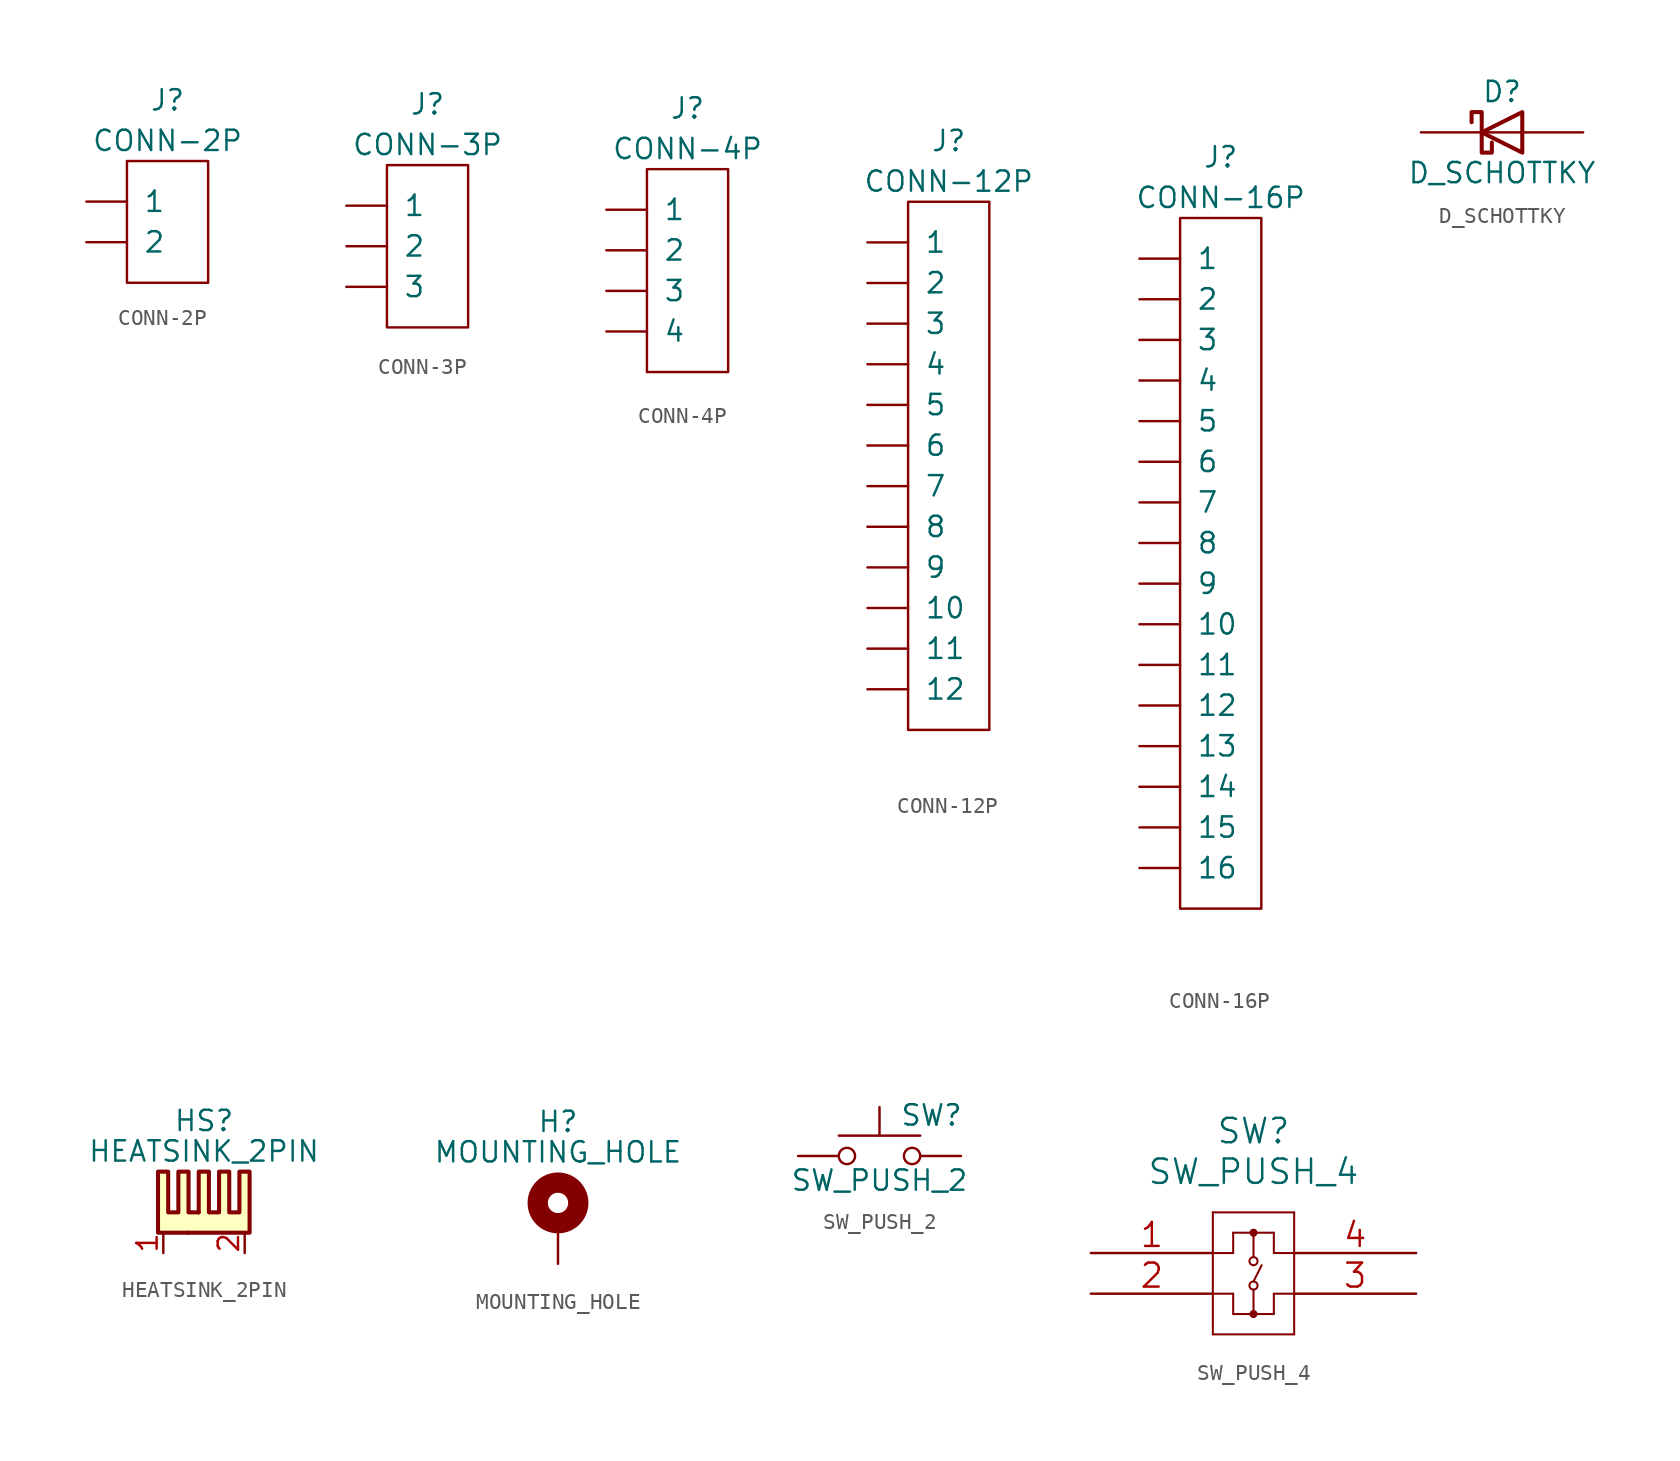
<source format=kicad_sym>
(kicad_symbol_lib
  (version 20211014)
  (generator kicad_symbol_editor)
  (symbol "CONN-2P"
    (pin_numbers hide)
    (pin_names
      (offset 1.016))
    (property "Reference" "J"
      (at 5.08 6.35 0)
      (effects (font (size 1.27 1.27))))
    (property "Value" "CONN-2P"
      (at 5.08 3.81 0)
      (effects (font (size 1.27 1.27))))
    (symbol "CONN-2P_0_1"
      (rectangle (start 2.54 2.54) (end 7.62 -5.08) (stroke (width 0) (type default) (color 0 0 0 0)) (fill (type none))))
    (symbol "CONN-2P_1_1"
      (pin unspecified line (at 0 0 0) (length 2.54) (name "1" (effects (font (size 1.27 1.27)))) (number "1" (effects (font (size 1.27 1.27)))))
      (pin unspecified line (at 0 -2.54 0) (length 2.54) (name "2" (effects (font (size 1.27 1.27)))) (number "2" (effects (font (size 1.27 1.27)))))))
  (symbol "CONN-3P"
    (pin_numbers hide)
    (pin_names
      (offset 1.016))
    (property "Reference" "J"
      (at 5.08 6.35 0)
      (effects (font (size 1.27 1.27))))
    (property "Value" "CONN-3P"
      (at 5.08 3.81 0)
      (effects (font (size 1.27 1.27))))
    (symbol "CONN-3P_0_1"
      (rectangle (start 2.54 2.54) (end 7.62 -7.62) (stroke (width 0) (type default) (color 0 0 0 0)) (fill (type none))))
    (symbol "CONN-3P_1_1"
      (pin unspecified line (at 0 0 0) (length 2.54) (name "1" (effects (font (size 1.27 1.27)))) (number "1" (effects (font (size 1.27 1.27)))))
      (pin unspecified line (at 0 -2.54 0) (length 2.54) (name "2" (effects (font (size 1.27 1.27)))) (number "2" (effects (font (size 1.27 1.27)))))
      (pin unspecified line (at 0 -5.08 0) (length 2.54) (name "3" (effects (font (size 1.27 1.27)))) (number "3" (effects (font (size 1.27 1.27)))))))
  (symbol "CONN-4P"
    (pin_numbers hide)
    (pin_names
      (offset 1.016))
    (property "Reference" "J"
      (at 5.08 6.35 0)
      (effects (font (size 1.27 1.27))))
    (property "Value" "CONN-4P"
      (at 5.08 3.81 0)
      (effects (font (size 1.27 1.27))))
    (symbol "CONN-4P_0_1"
      (rectangle (start 2.54 2.54) (end 7.62 -10.16) (stroke (width 0) (type default) (color 0 0 0 0)) (fill (type none))))
    (symbol "CONN-4P_1_1"
      (pin unspecified line (at 0 0 0) (length 2.54) (name "1" (effects (font (size 1.27 1.27)))) (number "1" (effects (font (size 1.27 1.27)))))
      (pin unspecified line (at 0 -2.54 0) (length 2.54) (name "2" (effects (font (size 1.27 1.27)))) (number "2" (effects (font (size 1.27 1.27)))))
      (pin unspecified line (at 0 -5.08 0) (length 2.54) (name "3" (effects (font (size 1.27 1.27)))) (number "3" (effects (font (size 1.27 1.27)))))
      (pin unspecified line (at 0 -7.62 0) (length 2.54) (name "4" (effects (font (size 1.27 1.27)))) (number "4" (effects (font (size 1.27 1.27)))))))
  (symbol "CONN-12P"
    (pin_numbers hide)
    (pin_names
      (offset 1.016))
    (property "Reference" "J"
      (at 5.08 6.35 0)
      (effects (font (size 1.27 1.27))))
    (property "Value" "CONN-12P"
      (at 5.08 3.81 0)
      (effects (font (size 1.27 1.27))))
    (symbol "CONN-12P_0_1"
      (rectangle (start 2.54 2.54) (end 7.62 -30.48) (stroke (width 0) (type default) (color 0 0 0 0)) (fill (type none))))
    (symbol "CONN-12P_1_1"
      (pin unspecified line (at 0 0 0) (length 2.54) (name "1" (effects (font (size 1.27 1.27)))) (number "1" (effects (font (size 1.27 1.27)))))
      (pin unspecified line (at 0 -22.86 0) (length 2.54) (name "10" (effects (font (size 1.27 1.27)))) (number "10" (effects (font (size 1.27 1.27)))))
      (pin unspecified line (at 0 -25.4 0) (length 2.54) (name "11" (effects (font (size 1.27 1.27)))) (number "11" (effects (font (size 1.27 1.27)))))
      (pin unspecified line (at 0 -27.94 0) (length 2.54) (name "12" (effects (font (size 1.27 1.27)))) (number "12" (effects (font (size 1.27 1.27)))))
      (pin unspecified line (at 0 -2.54 0) (length 2.54) (name "2" (effects (font (size 1.27 1.27)))) (number "2" (effects (font (size 1.27 1.27)))))
      (pin unspecified line (at 0 -5.08 0) (length 2.54) (name "3" (effects (font (size 1.27 1.27)))) (number "3" (effects (font (size 1.27 1.27)))))
      (pin unspecified line (at 0 -7.62 0) (length 2.54) (name "4" (effects (font (size 1.27 1.27)))) (number "4" (effects (font (size 1.27 1.27)))))
      (pin unspecified line (at 0 -10.16 0) (length 2.54) (name "5" (effects (font (size 1.27 1.27)))) (number "5" (effects (font (size 1.27 1.27)))))
      (pin unspecified line (at 0 -12.7 0) (length 2.54) (name "6" (effects (font (size 1.27 1.27)))) (number "6" (effects (font (size 1.27 1.27)))))
      (pin unspecified line (at 0 -15.24 0) (length 2.54) (name "7" (effects (font (size 1.27 1.27)))) (number "7" (effects (font (size 1.27 1.27)))))
      (pin unspecified line (at 0 -17.78 0) (length 2.54) (name "8" (effects (font (size 1.27 1.27)))) (number "8" (effects (font (size 1.27 1.27)))))
      (pin unspecified line (at 0 -20.32 0) (length 2.54) (name "9" (effects (font (size 1.27 1.27)))) (number "9" (effects (font (size 1.27 1.27)))))))
  (symbol "CONN-16P"
    (pin_numbers hide)
    (pin_names
      (offset 1.016))
    (property "Reference" "J"
      (at 5.08 6.35 0)
      (effects (font (size 1.27 1.27))))
    (property "Value" "CONN-16P"
      (at 5.08 3.81 0)
      (effects (font (size 1.27 1.27))))
    (symbol "CONN-16P_0_1"
      (rectangle (start 2.54 2.54) (end 7.62 -40.64) (stroke (width 0) (type default) (color 0 0 0 0)) (fill (type none))))
    (symbol "CONN-16P_1_1"
      (pin unspecified line (at 0 0 0) (length 2.54) (name "1" (effects (font (size 1.27 1.27)))) (number "1" (effects (font (size 1.27 1.27)))))
      (pin unspecified line (at 0 -22.86 0) (length 2.54) (name "10" (effects (font (size 1.27 1.27)))) (number "10" (effects (font (size 1.27 1.27)))))
      (pin unspecified line (at 0 -25.4 0) (length 2.54) (name "11" (effects (font (size 1.27 1.27)))) (number "11" (effects (font (size 1.27 1.27)))))
      (pin unspecified line (at 0 -27.94 0) (length 2.54) (name "12" (effects (font (size 1.27 1.27)))) (number "12" (effects (font (size 1.27 1.27)))))
      (pin unspecified line (at 0 -30.48 0) (length 2.54) (name "13" (effects (font (size 1.27 1.27)))) (number "13" (effects (font (size 1.27 1.27)))))
      (pin unspecified line (at 0 -33.02 0) (length 2.54) (name "14" (effects (font (size 1.27 1.27)))) (number "14" (effects (font (size 1.27 1.27)))))
      (pin unspecified line (at 0 -35.56 0) (length 2.54) (name "15" (effects (font (size 1.27 1.27)))) (number "15" (effects (font (size 1.27 1.27)))))
      (pin unspecified line (at 0 -38.1 0) (length 2.54) (name "16" (effects (font (size 1.27 1.27)))) (number "16" (effects (font (size 1.27 1.27)))))
      (pin unspecified line (at 0 -2.54 0) (length 2.54) (name "2" (effects (font (size 1.27 1.27)))) (number "2" (effects (font (size 1.27 1.27)))))
      (pin unspecified line (at 0 -5.08 0) (length 2.54) (name "3" (effects (font (size 1.27 1.27)))) (number "3" (effects (font (size 1.27 1.27)))))
      (pin unspecified line (at 0 -7.62 0) (length 2.54) (name "4" (effects (font (size 1.27 1.27)))) (number "4" (effects (font (size 1.27 1.27)))))
      (pin unspecified line (at 0 -10.16 0) (length 2.54) (name "5" (effects (font (size 1.27 1.27)))) (number "5" (effects (font (size 1.27 1.27)))))
      (pin unspecified line (at 0 -12.7 0) (length 2.54) (name "6" (effects (font (size 1.27 1.27)))) (number "6" (effects (font (size 1.27 1.27)))))
      (pin unspecified line (at 0 -15.24 0) (length 2.54) (name "7" (effects (font (size 1.27 1.27)))) (number "7" (effects (font (size 1.27 1.27)))))
      (pin unspecified line (at 0 -17.78 0) (length 2.54) (name "8" (effects (font (size 1.27 1.27)))) (number "8" (effects (font (size 1.27 1.27)))))
      (pin unspecified line (at 0 -20.32 0) (length 2.54) (name "9" (effects (font (size 1.27 1.27)))) (number "9" (effects (font (size 1.27 1.27)))))))
  (symbol "D_SCHOTTKY"
    (pin_numbers hide)
    (pin_names
      (offset 1.016) hide)
    (property "Reference" "D"
      (at 0 2.54 0)
      (effects (font (size 1.27 1.27))))
    (property "Value" "D_SCHOTTKY"
      (at 0 -2.54 0)
      (effects (font (size 1.27 1.27))))
    (symbol "D_SCHOTTKY_0_1"
      (polyline (pts (xy 1.27 0) (xy -1.27 0)) (stroke (width 0) (type default) (color 0 0 0 0)) (fill (type none)))
      (polyline (pts (xy 1.27 1.27) (xy 1.27 -1.27) (xy -1.27 0) (xy 1.27 1.27)) (stroke (width 0.254) (type default) (color 0 0 0 0)) (fill (type none)))
      (polyline (pts (xy -1.905 0.635) (xy -1.905 1.27) (xy -1.27 1.27) (xy -1.27 -1.27) (xy -0.635 -1.27) (xy -0.635 -0.635)) (stroke (width 0.254) (type default) (color 0 0 0 0)) (fill (type none))))
    (symbol "D_SCHOTTKY_1_1"
      (pin passive line (at -5.08 0 0) (length 3.81) (name "K" (effects (font (size 1.27 1.27)))) (number "1" (effects (font (size 1.27 1.27)))))
      (pin passive line (at 5.08 0 180) (length 3.81) (name "A" (effects (font (size 1.27 1.27)))) (number "2" (effects (font (size 1.27 1.27)))))))
  (symbol "HEATSINK_2PIN"
    (pin_names
      (offset 0))
    (property "Reference" "HS"
      (at 0 5.715 0)
      (effects (font (size 1.27 1.27))))
    (property "Value" "HEATSINK_2PIN"
      (at 0 3.81 0)
      (effects (font (size 1.27 1.27))))
    (symbol "HEATSINK_2PIN_0_1"
      (polyline (pts (xy -0.33 0) (xy -0.965 0) (xy -0.965 2.54) (xy -1.6 2.54) (xy -1.6 0) (xy -2.235 0) (xy -2.235 2.54) (xy -2.87 2.54) (xy -2.87 -1.27) (xy -0.965 -1.27)) (stroke (width 0.254) (type default) (color 0 0 0 0)) (fill (type background)))
      (polyline (pts (xy -0.33 0) (xy -0.33 2.54) (xy 0.305 2.54) (xy 0.305 0) (xy 0.94 0) (xy 0.94 2.54) (xy 1.575 2.54) (xy 1.575 0) (xy 2.21 0) (xy 2.21 2.54) (xy 2.845 2.54) (xy 2.845 -1.27) (xy -0.965 -1.27)) (stroke (width 0.254) (type default) (color 0 0 0 0)) (fill (type background))))
    (symbol "HEATSINK_2PIN_1_1"
      (pin passive line (at -2.54 -2.54 90) (length 1.27) (name "~" (effects (font (size 1.27 1.27)))) (number "1" (effects (font (size 1.27 1.27)))))
      (pin passive line (at 2.54 -2.54 90) (length 1.27) (name "~" (effects (font (size 1.27 1.27)))) (number "2" (effects (font (size 1.27 1.27)))))))
  (symbol "MOUNTING_HOLE"
    (pin_numbers hide)
    (pin_names
      (offset 1.016) hide)
    (property "Reference" "H"
      (at 0 6.35 0)
      (effects (font (size 1.27 1.27))))
    (property "Value" "MOUNTING_HOLE"
      (at 0 4.445 0)
      (effects (font (size 1.27 1.27))))
    (symbol "MOUNTING_HOLE_0_1"
      (circle (center 0 1.27) (radius 1.27) (stroke (width 1.27) (type default) (color 0 0 0 0)) (fill (type none))))
    (symbol "MOUNTING_HOLE_1_1"
      (pin input line (at 0 -2.54 90) (length 2.54) (name "1" (effects (font (size 1.27 1.27)))) (number "1" (effects (font (size 1.27 1.27)))))))
  (symbol "SW_PUSH_2"
    (pin_numbers hide)
    (pin_names
      (offset 1.016) hide)
    (property "Reference" "SW"
      (at 1.27 2.54 0)
      (effects (font (size 1.27 1.27)) (justify left)))
    (property "Value" "SW_PUSH_2"
      (at 0 -1.524 0)
      (effects (font (size 1.27 1.27))))
    (symbol "SW_PUSH_2_0_1"
      (circle (center -2.032 0) (radius 0.508) (stroke (width 0) (type default) (color 0 0 0 0)) (fill (type none)))
      (polyline (pts (xy 0 1.27) (xy 0 3.048)) (stroke (width 0) (type default) (color 0 0 0 0)) (fill (type none)))
      (polyline (pts (xy 2.54 1.27) (xy -2.54 1.27)) (stroke (width 0) (type default) (color 0 0 0 0)) (fill (type none)))
      (circle (center 2.032 0) (radius 0.508) (stroke (width 0) (type default) (color 0 0 0 0)) (fill (type none)))
      (pin passive line (at -5.08 0 0) (length 2.54) (name "1" (effects (font (size 1.27 1.27)))) (number "1" (effects (font (size 1.27 1.27)))))
      (pin passive line (at 5.08 0 180) (length 2.54) (name "2" (effects (font (size 1.27 1.27)))) (number "2" (effects (font (size 1.27 1.27)))))))
  (symbol "SW_PUSH_4"
    (pin_names
      (offset 0.254) hide)
    (property "Reference" "SW"
      (at 10.16 7.62 0)
      (effects (font (size 1.524 1.524))))
    (property "Value" "SW_PUSH_4"
      (at 10.16 5.08 0)
      (effects (font (size 1.524 1.524))))
    (property "Datasheet" ""
      (at 0 0 0)
      (effects (font (size 1.524 1.524))))
    (symbol "SW_PUSH_4_1_1"
      (polyline (pts (xy 7.62 -5.08) (xy 12.7 -5.08)) (stroke (width 0.127) (type default) (color 0 0 0 0)) (fill (type none)))
      (polyline (pts (xy 7.62 -2.54) (xy 8.89 -2.54)) (stroke (width 0.127) (type default) (color 0 0 0 0)) (fill (type none)))
      (polyline (pts (xy 7.62 0) (xy 8.89 0)) (stroke (width 0.127) (type default) (color 0 0 0 0)) (fill (type none)))
      (polyline (pts (xy 7.62 2.54) (xy 7.62 -5.08)) (stroke (width 0.127) (type default) (color 0 0 0 0)) (fill (type none)))
      (polyline (pts (xy 8.89 -3.81) (xy 11.43 -3.81)) (stroke (width 0.127) (type default) (color 0 0 0 0)) (fill (type none)))
      (polyline (pts (xy 8.89 -2.54) (xy 8.89 -3.81)) (stroke (width 0.127) (type default) (color 0 0 0 0)) (fill (type none)))
      (polyline (pts (xy 8.89 1.27) (xy 8.89 0)) (stroke (width 0.127) (type default) (color 0 0 0 0)) (fill (type none)))
      (polyline (pts (xy 8.89 1.27) (xy 11.43 1.27)) (stroke (width 0.127) (type default) (color 0 0 0 0)) (fill (type none)))
      (polyline (pts (xy 10.16 -2.286) (xy 10.16 -3.81)) (stroke (width 0.127) (type default) (color 0 0 0 0)) (fill (type none)))
      (polyline (pts (xy 10.16 -1.778) (xy 10.668 -0.762)) (stroke (width 0.127) (type default) (color 0 0 0 0)) (fill (type none)))
      (polyline (pts (xy 10.16 1.27) (xy 10.16 -0.254)) (stroke (width 0.127) (type default) (color 0 0 0 0)) (fill (type none)))
      (polyline (pts (xy 11.43 -3.81) (xy 11.43 -2.54)) (stroke (width 0.127) (type default) (color 0 0 0 0)) (fill (type none)))
      (polyline (pts (xy 11.43 -2.54) (xy 12.7 -2.54)) (stroke (width 0.127) (type default) (color 0 0 0 0)) (fill (type none)))
      (polyline (pts (xy 11.43 0) (xy 12.7 0)) (stroke (width 0.127) (type default) (color 0 0 0 0)) (fill (type none)))
      (polyline (pts (xy 11.43 1.27) (xy 11.43 0)) (stroke (width 0.127) (type default) (color 0 0 0 0)) (fill (type none)))
      (polyline (pts (xy 12.7 -5.08) (xy 12.7 2.54)) (stroke (width 0.127) (type default) (color 0 0 0 0)) (fill (type none)))
      (polyline (pts (xy 12.7 2.54) (xy 7.62 2.54)) (stroke (width 0.127) (type default) (color 0 0 0 0)) (fill (type none)))
      (arc (start 10.16 -3.937) (mid 10.16 -3.683) (end 10.16 -3.937) (stroke (width 0.254) (type default) (color 0 0 0 0)) (fill (type none)))
      (circle (center 10.16 -3.81) (radius 0.127) (stroke (width 0.254) (type default) (color 0 0 0 0)) (fill (type none)))
      (arc (start 10.16 -2.286) (mid 10.16 -1.778) (end 10.16 -2.286) (stroke (width 0.127) (type default) (color 0 0 0 0)) (fill (type none)))
      (circle (center 10.16 -2.032) (radius 0.254) (stroke (width 0.127) (type default) (color 0 0 0 0)) (fill (type none)))
      (arc (start 10.16 -0.762) (mid 10.16 -0.254) (end 10.16 -0.762) (stroke (width 0.127) (type default) (color 0 0 0 0)) (fill (type none)))
      (circle (center 10.16 -0.508) (radius 0.254) (stroke (width 0.127) (type default) (color 0 0 0 0)) (fill (type none)))
      (arc (start 10.16 1.143) (mid 10.16 1.397) (end 10.16 1.143) (stroke (width 0.254) (type default) (color 0 0 0 0)) (fill (type none)))
      (circle (center 10.16 1.27) (radius 0.127) (stroke (width 0.254) (type default) (color 0 0 0 0)) (fill (type none)))
      (pin unspecified line (at 0 0 0) (length 7.62) (name "1" (effects (font (size 1.499 1.499)))) (number "1" (effects (font (size 1.499 1.499)))))
      (pin unspecified line (at 0 -2.54 0) (length 7.62) (name "2" (effects (font (size 1.499 1.499)))) (number "2" (effects (font (size 1.499 1.499)))))
      (pin unspecified line (at 20.32 -2.54 180) (length 7.62) (name "3" (effects (font (size 1.499 1.499)))) (number "3" (effects (font (size 1.499 1.499)))))
      (pin unspecified line (at 20.32 0 180) (length 7.62) (name "4" (effects (font (size 1.499 1.499)))) (number "4" (effects (font (size 1.499 1.499))))))))
</source>
